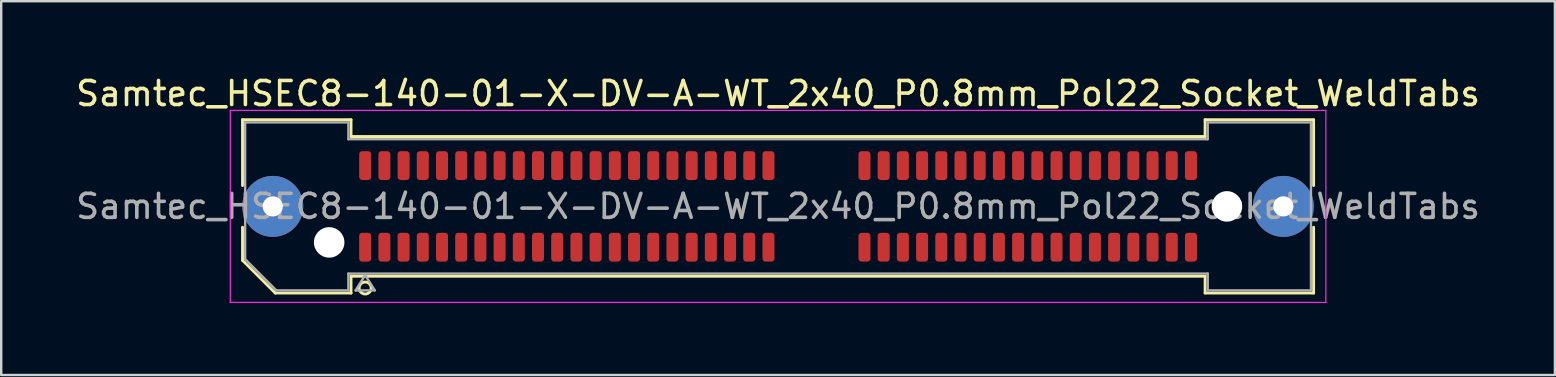
<source format=kicad_pcb>
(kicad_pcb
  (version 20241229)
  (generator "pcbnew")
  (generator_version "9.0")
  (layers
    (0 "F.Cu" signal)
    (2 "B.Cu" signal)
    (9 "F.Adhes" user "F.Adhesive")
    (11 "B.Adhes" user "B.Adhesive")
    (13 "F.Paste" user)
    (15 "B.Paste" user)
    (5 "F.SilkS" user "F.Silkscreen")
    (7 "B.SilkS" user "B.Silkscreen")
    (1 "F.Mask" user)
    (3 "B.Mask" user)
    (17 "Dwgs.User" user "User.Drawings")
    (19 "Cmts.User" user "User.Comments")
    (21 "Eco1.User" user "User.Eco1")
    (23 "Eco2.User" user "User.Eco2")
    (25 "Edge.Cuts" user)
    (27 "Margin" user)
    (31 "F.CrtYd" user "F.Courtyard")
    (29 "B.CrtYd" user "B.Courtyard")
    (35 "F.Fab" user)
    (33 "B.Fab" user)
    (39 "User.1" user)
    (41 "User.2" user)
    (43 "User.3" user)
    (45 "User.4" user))
  (footprint "Samtec_HSEC8-140-01-X-DV-A-WT_2x40_P0.8mm_Pol22_Socket_WeldTabs"
    (layer "F.Cu")
    (at 29.363 5.548)
    (property "Reference" "Samtec_HSEC8-140-01-X-DV-A-WT_2x40_P0.8mm_Pol22_Socket_WeldTabs" (at 0 -4.7 0) (layer "F.SilkS") (effects (font (size 1 1) (thickness 0.15))))
    (attr smd)
    (fp_line (start -22.31 -3.61) (end -17.79 -3.61) (stroke (width 0.12) (type solid)) (layer "F.SilkS"))
    (fp_line (start -22.31 -0.868) (end -22.31 -3.61) (stroke (width 0.12) (type solid)) (layer "F.SilkS"))
    (fp_line (start -22.31 2.246) (end -22.31 0.868) (stroke (width 0.12) (type solid)) (layer "F.SilkS"))
    (fp_line (start -20.946 3.61) (end -22.31 2.246) (stroke (width 0.12) (type solid)) (layer "F.SilkS"))
    (fp_line (start -17.79 -3.61) (end -17.79 -2.91) (stroke (width 0.12) (type solid)) (layer "F.SilkS"))
    (fp_line (start -17.79 -2.91) (end 17.79 -2.91) (stroke (width 0.12) (type solid)) (layer "F.SilkS"))
    (fp_line (start -17.79 2.91) (end -17.79 3.61) (stroke (width 0.12) (type solid)) (layer "F.SilkS"))
    (fp_line (start -17.79 3.61) (end -20.946 3.61) (stroke (width 0.12) (type solid)) (layer "F.SilkS"))
    (fp_line (start 17.79 -3.61) (end 22.31 -3.61) (stroke (width 0.12) (type solid)) (layer "F.SilkS"))
    (fp_line (start 17.79 -2.91) (end 17.79 -3.61) (stroke (width 0.12) (type solid)) (layer "F.SilkS"))
    (fp_line (start 17.79 2.91) (end -17.79 2.91) (stroke (width 0.12) (type solid)) (layer "F.SilkS"))
    (fp_line (start 17.79 3.61) (end 17.79 2.91) (stroke (width 0.12) (type solid)) (layer "F.SilkS"))
    (fp_line (start 22.31 -3.61) (end 22.31 -0.868) (stroke (width 0.12) (type solid)) (layer "F.SilkS"))
    (fp_line (start 22.31 0.868) (end 22.31 3.61) (stroke (width 0.12) (type solid)) (layer "F.SilkS"))
    (fp_line (start 22.31 3.61) (end 17.79 3.61) (stroke (width 0.12) (type solid)) (layer "F.SilkS"))
    (fp_circle (center -17.2 3.4) (end -16.95 3.4) (stroke (width 0.12) (type solid)) (fill no) (layer "F.SilkS"))
    (fp_line (start -22.82 -4) (end -22.82 4) (stroke (width 0.05) (type solid)) (layer "F.CrtYd"))
    (fp_line (start -22.82 4) (end 22.82 4) (stroke (width 0.05) (type solid)) (layer "F.CrtYd"))
    (fp_line (start 22.82 -4) (end -22.82 -4) (stroke (width 0.05) (type solid)) (layer "F.CrtYd"))
    (fp_line (start 22.82 4) (end 22.82 -4) (stroke (width 0.05) (type solid)) (layer "F.CrtYd"))
    (fp_line (start -22.2 -3.5) (end -17.9 -3.5) (stroke (width 0.1) (type solid)) (layer "F.Fab"))
    (fp_line (start -22.2 2.2) (end -22.2 -3.5) (stroke (width 0.1) (type solid)) (layer "F.Fab"))
    (fp_line (start -20.9 3.5) (end -22.2 2.2) (stroke (width 0.1) (type solid)) (layer "F.Fab"))
    (fp_line (start -17.9 -3.5) (end -17.9 -2.8) (stroke (width 0.1) (type solid)) (layer "F.Fab"))
    (fp_line (start -17.9 -2.8) (end 17.9 -2.8) (stroke (width 0.1) (type solid)) (layer "F.Fab"))
    (fp_line (start -17.9 2.8) (end -17.9 3.5) (stroke (width 0.1) (type solid)) (layer "F.Fab"))
    (fp_line (start -17.9 3.5) (end -20.9 3.5) (stroke (width 0.1) (type solid)) (layer "F.Fab"))
    (fp_line (start -17.6 3.5) (end -17.2 2.86) (stroke (width 0.1) (type solid)) (layer "F.Fab"))
    (fp_line (start -17.2 2.86) (end -16.8 3.5) (stroke (width 0.1) (type solid)) (layer "F.Fab"))
    (fp_line (start -16.8 3.5) (end -17.6 3.5) (stroke (width 0.1) (type solid)) (layer "F.Fab"))
    (fp_line (start 17.9 -3.5) (end 22.2 -3.5) (stroke (width 0.1) (type solid)) (layer "F.Fab"))
    (fp_line (start 17.9 -2.8) (end 17.9 -3.5) (stroke (width 0.1) (type solid)) (layer "F.Fab"))
    (fp_line (start 17.9 2.8) (end -17.9 2.8) (stroke (width 0.1) (type solid)) (layer "F.Fab"))
    (fp_line (start 17.9 3.5) (end 17.9 2.8) (stroke (width 0.1) (type solid)) (layer "F.Fab"))
    (fp_line (start 22.2 -3.5) (end 22.2 3.5) (stroke (width 0.1) (type solid)) (layer "F.Fab"))
    (fp_line (start 22.2 3.5) (end 17.9 3.5) (stroke (width 0.1) (type solid)) (layer "F.Fab"))
    (fp_text user "${REFERENCE}" (at 0 0 0) (layer "F.Fab") (effects (font (size 1 1) (thickness 0.15))))
    (pad "" thru_hole circle (at -21.05 0) (size 2.54 2.54) (drill 0.84) (layers "*.Cu" "*.Mask" "F.Paste"))
    (pad "" np_thru_hole circle (at -18.7 1.5) (size 1.27 1.27) (drill 1.27) (layers "*.Cu" "*.Mask"))
    (pad "" np_thru_hole circle (at 18.7 0) (size 1.27 1.27) (drill 1.27) (layers "*.Cu" "*.Mask"))
    (pad "" thru_hole circle (at 21.05 0) (size 2.54 2.54) (drill 0.84) (layers "*.Cu" "*.Mask" "F.Paste"))
    (pad "1" smd roundrect (at -17.2 1.7) (size 0.5 1.2) (layers "F.Cu" "F.Mask" "F.Paste") (roundrect_rratio 0.25))
    (pad "2" smd roundrect (at -17.2 -1.7) (size 0.5 1.2) (layers "F.Cu" "F.Mask" "F.Paste") (roundrect_rratio 0.25))
    (pad "3" smd roundrect (at -16.4 1.7) (size 0.5 1.2) (layers "F.Cu" "F.Mask" "F.Paste") (roundrect_rratio 0.25))
    (pad "4" smd roundrect (at -16.4 -1.7) (size 0.5 1.2) (layers "F.Cu" "F.Mask" "F.Paste") (roundrect_rratio 0.25))
    (pad "5" smd roundrect (at -15.6 1.7) (size 0.5 1.2) (layers "F.Cu" "F.Mask" "F.Paste") (roundrect_rratio 0.25))
    (pad "6" smd roundrect (at -15.6 -1.7) (size 0.5 1.2) (layers "F.Cu" "F.Mask" "F.Paste") (roundrect_rratio 0.25))
    (pad "7" smd roundrect (at -14.8 1.7) (size 0.5 1.2) (layers "F.Cu" "F.Mask" "F.Paste") (roundrect_rratio 0.25))
    (pad "8" smd roundrect (at -14.8 -1.7) (size 0.5 1.2) (layers "F.Cu" "F.Mask" "F.Paste") (roundrect_rratio 0.25))
    (pad "9" smd roundrect (at -14 1.7) (size 0.5 1.2) (layers "F.Cu" "F.Mask" "F.Paste") (roundrect_rratio 0.25))
    (pad "10" smd roundrect (at -14 -1.7) (size 0.5 1.2) (layers "F.Cu" "F.Mask" "F.Paste") (roundrect_rratio 0.25))
    (pad "11" smd roundrect (at -13.2 1.7) (size 0.5 1.2) (layers "F.Cu" "F.Mask" "F.Paste") (roundrect_rratio 0.25))
    (pad "12" smd roundrect (at -13.2 -1.7) (size 0.5 1.2) (layers "F.Cu" "F.Mask" "F.Paste") (roundrect_rratio 0.25))
    (pad "13" smd roundrect (at -12.4 1.7) (size 0.5 1.2) (layers "F.Cu" "F.Mask" "F.Paste") (roundrect_rratio 0.25))
    (pad "14" smd roundrect (at -12.4 -1.7) (size 0.5 1.2) (layers "F.Cu" "F.Mask" "F.Paste") (roundrect_rratio 0.25))
    (pad "15" smd roundrect (at -11.6 1.7) (size 0.5 1.2) (layers "F.Cu" "F.Mask" "F.Paste") (roundrect_rratio 0.25))
    (pad "16" smd roundrect (at -11.6 -1.7) (size 0.5 1.2) (layers "F.Cu" "F.Mask" "F.Paste") (roundrect_rratio 0.25))
    (pad "17" smd roundrect (at -10.8 1.7) (size 0.5 1.2) (layers "F.Cu" "F.Mask" "F.Paste") (roundrect_rratio 0.25))
    (pad "18" smd roundrect (at -10.8 -1.7) (size 0.5 1.2) (layers "F.Cu" "F.Mask" "F.Paste") (roundrect_rratio 0.25))
    (pad "19" smd roundrect (at -10 1.7) (size 0.5 1.2) (layers "F.Cu" "F.Mask" "F.Paste") (roundrect_rratio 0.25))
    (pad "20" smd roundrect (at -10 -1.7) (size 0.5 1.2) (layers "F.Cu" "F.Mask" "F.Paste") (roundrect_rratio 0.25))
    (pad "21" smd roundrect (at -9.2 1.7) (size 0.5 1.2) (layers "F.Cu" "F.Mask" "F.Paste") (roundrect_rratio 0.25))
    (pad "22" smd roundrect (at -9.2 -1.7) (size 0.5 1.2) (layers "F.Cu" "F.Mask" "F.Paste") (roundrect_rratio 0.25))
    (pad "23" smd roundrect (at -8.4 1.7) (size 0.5 1.2) (layers "F.Cu" "F.Mask" "F.Paste") (roundrect_rratio 0.25))
    (pad "24" smd roundrect (at -8.4 -1.7) (size 0.5 1.2) (layers "F.Cu" "F.Mask" "F.Paste") (roundrect_rratio 0.25))
    (pad "25" smd roundrect (at -7.6 1.7) (size 0.5 1.2) (layers "F.Cu" "F.Mask" "F.Paste") (roundrect_rratio 0.25))
    (pad "26" smd roundrect (at -7.6 -1.7) (size 0.5 1.2) (layers "F.Cu" "F.Mask" "F.Paste") (roundrect_rratio 0.25))
    (pad "27" smd roundrect (at -6.8 1.7) (size 0.5 1.2) (layers "F.Cu" "F.Mask" "F.Paste") (roundrect_rratio 0.25))
    (pad "28" smd roundrect (at -6.8 -1.7) (size 0.5 1.2) (layers "F.Cu" "F.Mask" "F.Paste") (roundrect_rratio 0.25))
    (pad "29" smd roundrect (at -6 1.7) (size 0.5 1.2) (layers "F.Cu" "F.Mask" "F.Paste") (roundrect_rratio 0.25))
    (pad "30" smd roundrect (at -6 -1.7) (size 0.5 1.2) (layers "F.Cu" "F.Mask" "F.Paste") (roundrect_rratio 0.25))
    (pad "31" smd roundrect (at -5.2 1.7) (size 0.5 1.2) (layers "F.Cu" "F.Mask" "F.Paste") (roundrect_rratio 0.25))
    (pad "32" smd roundrect (at -5.2 -1.7) (size 0.5 1.2) (layers "F.Cu" "F.Mask" "F.Paste") (roundrect_rratio 0.25))
    (pad "33" smd roundrect (at -4.4 1.7) (size 0.5 1.2) (layers "F.Cu" "F.Mask" "F.Paste") (roundrect_rratio 0.25))
    (pad "34" smd roundrect (at -4.4 -1.7) (size 0.5 1.2) (layers "F.Cu" "F.Mask" "F.Paste") (roundrect_rratio 0.25))
    (pad "35" smd roundrect (at -3.6 1.7) (size 0.5 1.2) (layers "F.Cu" "F.Mask" "F.Paste") (roundrect_rratio 0.25))
    (pad "36" smd roundrect (at -3.6 -1.7) (size 0.5 1.2) (layers "F.Cu" "F.Mask" "F.Paste") (roundrect_rratio 0.25))
    (pad "37" smd roundrect (at -2.8 1.7) (size 0.5 1.2) (layers "F.Cu" "F.Mask" "F.Paste") (roundrect_rratio 0.25))
    (pad "38" smd roundrect (at -2.8 -1.7) (size 0.5 1.2) (layers "F.Cu" "F.Mask" "F.Paste") (roundrect_rratio 0.25))
    (pad "39" smd roundrect (at -2 1.7) (size 0.5 1.2) (layers "F.Cu" "F.Mask" "F.Paste") (roundrect_rratio 0.25))
    (pad "40" smd roundrect (at -2 -1.7) (size 0.5 1.2) (layers "F.Cu" "F.Mask" "F.Paste") (roundrect_rratio 0.25))
    (pad "41" smd roundrect (at -1.2 1.7) (size 0.5 1.2) (layers "F.Cu" "F.Mask" "F.Paste") (roundrect_rratio 0.25))
    (pad "42" smd roundrect (at -1.2 -1.7) (size 0.5 1.2) (layers "F.Cu" "F.Mask" "F.Paste") (roundrect_rratio 0.25))
    (pad "43" smd roundrect (at -0.4 1.7) (size 0.5 1.2) (layers "F.Cu" "F.Mask" "F.Paste") (roundrect_rratio 0.25))
    (pad "44" smd roundrect (at -0.4 -1.7) (size 0.5 1.2) (layers "F.Cu" "F.Mask" "F.Paste") (roundrect_rratio 0.25))
    (pad "45" smd roundrect (at 3.6 1.7) (size 0.5 1.2) (layers "F.Cu" "F.Mask" "F.Paste") (roundrect_rratio 0.25))
    (pad "46" smd roundrect (at 3.6 -1.7) (size 0.5 1.2) (layers "F.Cu" "F.Mask" "F.Paste") (roundrect_rratio 0.25))
    (pad "47" smd roundrect (at 4.4 1.7) (size 0.5 1.2) (layers "F.Cu" "F.Mask" "F.Paste") (roundrect_rratio 0.25))
    (pad "48" smd roundrect (at 4.4 -1.7) (size 0.5 1.2) (layers "F.Cu" "F.Mask" "F.Paste") (roundrect_rratio 0.25))
    (pad "49" smd roundrect (at 5.2 1.7) (size 0.5 1.2) (layers "F.Cu" "F.Mask" "F.Paste") (roundrect_rratio 0.25))
    (pad "50" smd roundrect (at 5.2 -1.7) (size 0.5 1.2) (layers "F.Cu" "F.Mask" "F.Paste") (roundrect_rratio 0.25))
    (pad "51" smd roundrect (at 6 1.7) (size 0.5 1.2) (layers "F.Cu" "F.Mask" "F.Paste") (roundrect_rratio 0.25))
    (pad "52" smd roundrect (at 6 -1.7) (size 0.5 1.2) (layers "F.Cu" "F.Mask" "F.Paste") (roundrect_rratio 0.25))
    (pad "53" smd roundrect (at 6.8 1.7) (size 0.5 1.2) (layers "F.Cu" "F.Mask" "F.Paste") (roundrect_rratio 0.25))
    (pad "54" smd roundrect (at 6.8 -1.7) (size 0.5 1.2) (layers "F.Cu" "F.Mask" "F.Paste") (roundrect_rratio 0.25))
    (pad "55" smd roundrect (at 7.6 1.7) (size 0.5 1.2) (layers "F.Cu" "F.Mask" "F.Paste") (roundrect_rratio 0.25))
    (pad "56" smd roundrect (at 7.6 -1.7) (size 0.5 1.2) (layers "F.Cu" "F.Mask" "F.Paste") (roundrect_rratio 0.25))
    (pad "57" smd roundrect (at 8.4 1.7) (size 0.5 1.2) (layers "F.Cu" "F.Mask" "F.Paste") (roundrect_rratio 0.25))
    (pad "58" smd roundrect (at 8.4 -1.7) (size 0.5 1.2) (layers "F.Cu" "F.Mask" "F.Paste") (roundrect_rratio 0.25))
    (pad "59" smd roundrect (at 9.2 1.7) (size 0.5 1.2) (layers "F.Cu" "F.Mask" "F.Paste") (roundrect_rratio 0.25))
    (pad "60" smd roundrect (at 9.2 -1.7) (size 0.5 1.2) (layers "F.Cu" "F.Mask" "F.Paste") (roundrect_rratio 0.25))
    (pad "61" smd roundrect (at 10 1.7) (size 0.5 1.2) (layers "F.Cu" "F.Mask" "F.Paste") (roundrect_rratio 0.25))
    (pad "62" smd roundrect (at 10 -1.7) (size 0.5 1.2) (layers "F.Cu" "F.Mask" "F.Paste") (roundrect_rratio 0.25))
    (pad "63" smd roundrect (at 10.8 1.7) (size 0.5 1.2) (layers "F.Cu" "F.Mask" "F.Paste") (roundrect_rratio 0.25))
    (pad "64" smd roundrect (at 10.8 -1.7) (size 0.5 1.2) (layers "F.Cu" "F.Mask" "F.Paste") (roundrect_rratio 0.25))
    (pad "65" smd roundrect (at 11.6 1.7) (size 0.5 1.2) (layers "F.Cu" "F.Mask" "F.Paste") (roundrect_rratio 0.25))
    (pad "66" smd roundrect (at 11.6 -1.7) (size 0.5 1.2) (layers "F.Cu" "F.Mask" "F.Paste") (roundrect_rratio 0.25))
    (pad "67" smd roundrect (at 12.4 1.7) (size 0.5 1.2) (layers "F.Cu" "F.Mask" "F.Paste") (roundrect_rratio 0.25))
    (pad "68" smd roundrect (at 12.4 -1.7) (size 0.5 1.2) (layers "F.Cu" "F.Mask" "F.Paste") (roundrect_rratio 0.25))
    (pad "69" smd roundrect (at 13.2 1.7) (size 0.5 1.2) (layers "F.Cu" "F.Mask" "F.Paste") (roundrect_rratio 0.25))
    (pad "70" smd roundrect (at 13.2 -1.7) (size 0.5 1.2) (layers "F.Cu" "F.Mask" "F.Paste") (roundrect_rratio 0.25))
    (pad "71" smd roundrect (at 14 1.7) (size 0.5 1.2) (layers "F.Cu" "F.Mask" "F.Paste") (roundrect_rratio 0.25))
    (pad "72" smd roundrect (at 14 -1.7) (size 0.5 1.2) (layers "F.Cu" "F.Mask" "F.Paste") (roundrect_rratio 0.25))
    (pad "73" smd roundrect (at 14.8 1.7) (size 0.5 1.2) (layers "F.Cu" "F.Mask" "F.Paste") (roundrect_rratio 0.25))
    (pad "74" smd roundrect (at 14.8 -1.7) (size 0.5 1.2) (layers "F.Cu" "F.Mask" "F.Paste") (roundrect_rratio 0.25))
    (pad "75" smd roundrect (at 15.6 1.7) (size 0.5 1.2) (layers "F.Cu" "F.Mask" "F.Paste") (roundrect_rratio 0.25))
    (pad "76" smd roundrect (at 15.6 -1.7) (size 0.5 1.2) (layers "F.Cu" "F.Mask" "F.Paste") (roundrect_rratio 0.25))
    (pad "77" smd roundrect (at 16.4 1.7) (size 0.5 1.2) (layers "F.Cu" "F.Mask" "F.Paste") (roundrect_rratio 0.25))
    (pad "78" smd roundrect (at 16.4 -1.7) (size 0.5 1.2) (layers "F.Cu" "F.Mask" "F.Paste") (roundrect_rratio 0.25))
    (pad "79" smd roundrect (at 17.2 1.7) (size 0.5 1.2) (layers "F.Cu" "F.Mask" "F.Paste") (roundrect_rratio 0.25))
    (pad "80" smd roundrect (at 17.2 -1.7) (size 0.5 1.2) (layers "F.Cu" "F.Mask" "F.Paste") (roundrect_rratio 0.25)))
  (gr_rect
    (start -3 -3)
    (end 61.726 12.573)
    (stroke (width 0.1) (type default))
    (fill no)
    (layer "Edge.Cuts")))
</source>
